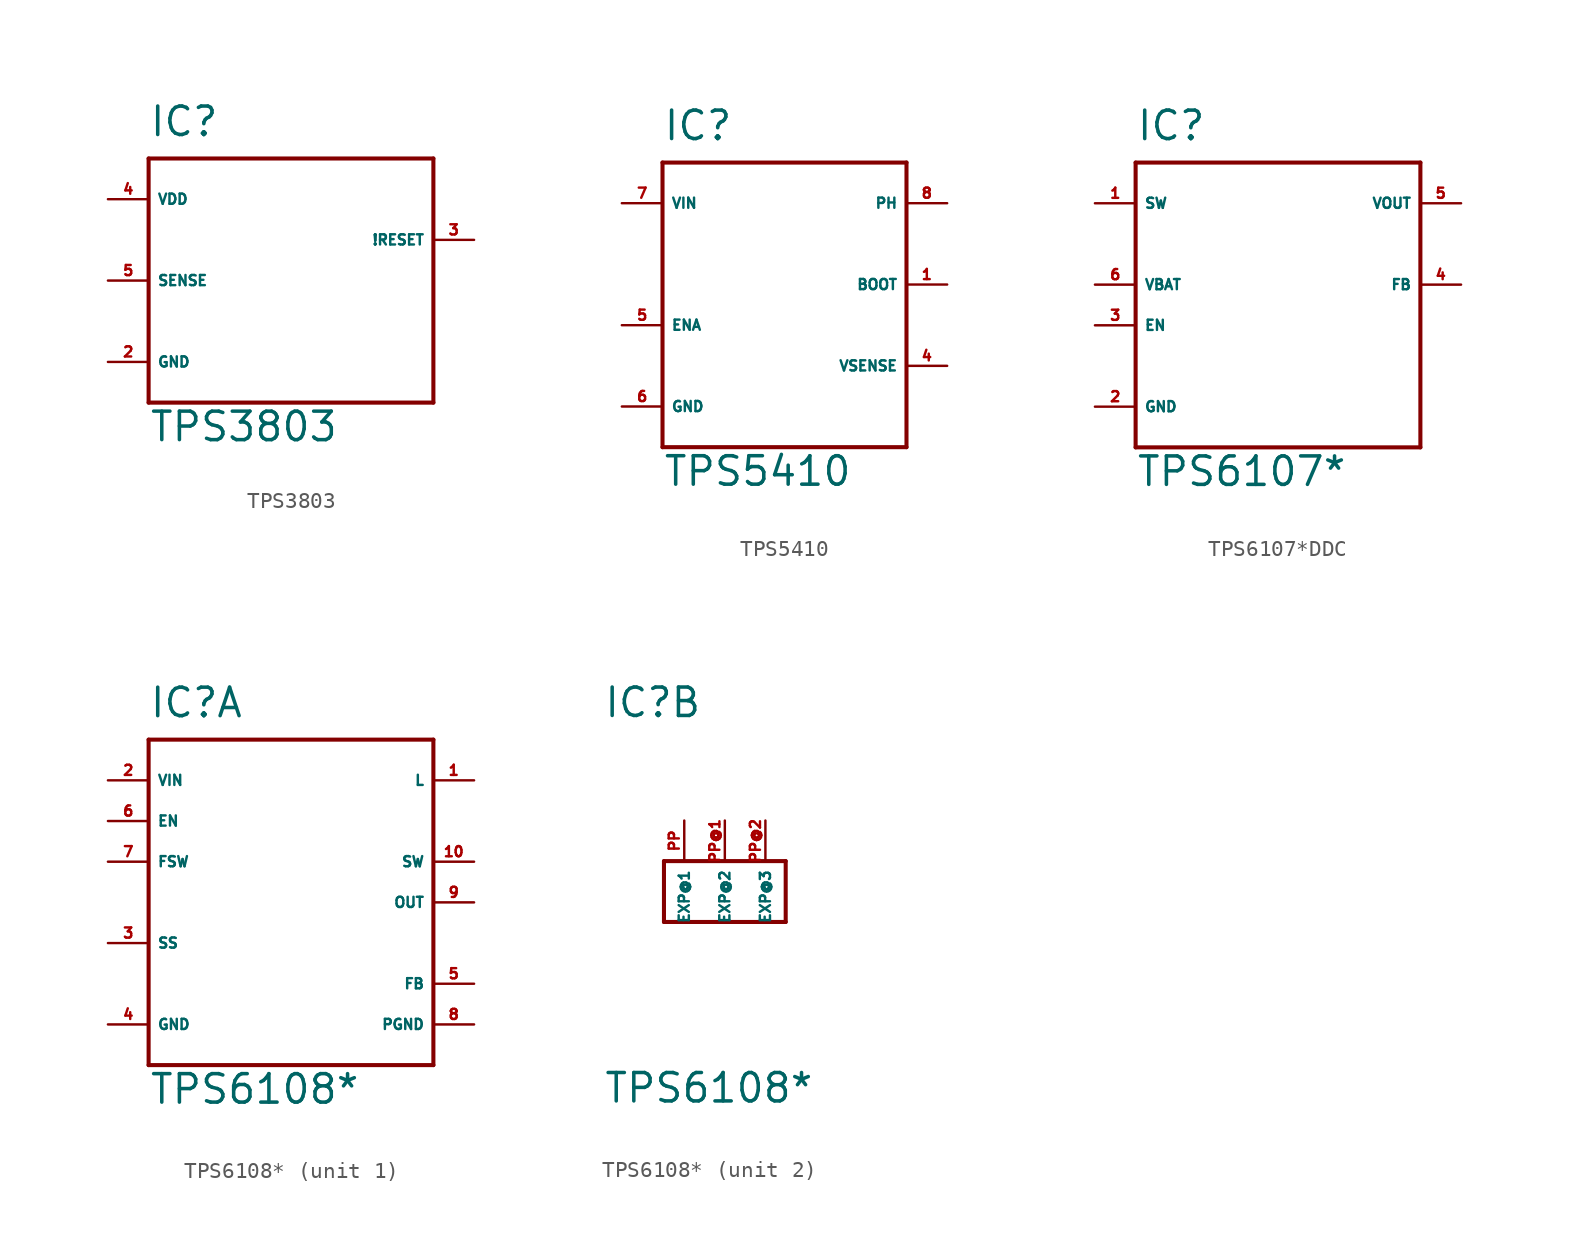
<source format=kicad_sym>
(kicad_symbol_lib
  (version 20220914)
  (generator Eagle2Kicad)
  (symbol "TPS3803"
    (property "Reference" "IC"
      (at -10.16 8.89 0)
      (effects (font (size 1.778 1.778) (thickness 0.22)) (justify left bottom)))
    (property "Value" "TPS3803"
      (at -10.16 -10.16 0)
      (effects (font (size 1.778 1.778) (thickness 0.22)) (justify left bottom)))
    (polyline
      (pts (xy -10.16 7.62) (xy 7.62 7.62))
      (stroke (width 0.254) (type default))
      (fill (type none)))
    (polyline
      (pts (xy 7.62 7.62) (xy 7.62 -7.62))
      (stroke (width 0.254) (type default))
      (fill (type none)))
    (polyline
      (pts (xy 7.62 -7.62) (xy -10.16 -7.62))
      (stroke (width 0.254) (type default))
      (fill (type none)))
    (polyline
      (pts (xy -10.16 -7.62) (xy -10.16 7.62))
      (stroke (width 0.254) (type default))
      (fill (type none)))
    (pin unspecified line
      (at -12.7 5.08 0)
      (length 2.54)
      (name "VDD" (effects (font (size 0.635 0.635) (thickness 0.08)) (justify left bottom)))
      (number "4" (effects (font (size 0.635 0.635) (thickness 0.08)) (justify left bottom))))
    (pin input line
      (at -12.7 0 0)
      (length 2.54)
      (name "SENSE" (effects (font (size 0.635 0.635) (thickness 0.08)) (justify left bottom)))
      (number "5" (effects (font (size 0.635 0.635) (thickness 0.08)) (justify left bottom))))
    (pin output line
      (at 10.16 2.54 180)
      (length 2.54)
      (name "!RESET" (effects (font (size 0.635 0.635) (thickness 0.08)) (justify left bottom)))
      (number "3" (effects (font (size 0.635 0.635) (thickness 0.08)) (justify left bottom))))
    (pin unspecified line
      (at -12.7 -5.08 0)
      (length 2.54)
      (name "GND" (effects (font (size 0.635 0.635) (thickness 0.08)) (justify left bottom)))
      (number "2" (effects (font (size 0.635 0.635) (thickness 0.08)) (justify left bottom)))))
  (symbol "TPS5410"
    (property "Reference" "IC"
      (at -7.62 8.89 0)
      (effects (font (size 1.778 1.778) (thickness 0.22)) (justify left bottom)))
    (property "Value" "TPS5410"
      (at -7.62 -12.7 0)
      (effects (font (size 1.778 1.778) (thickness 0.22)) (justify left bottom)))
    (polyline
      (pts (xy -7.62 7.62) (xy 7.62 7.62))
      (stroke (width 0.254) (type default))
      (fill (type none)))
    (polyline
      (pts (xy 7.62 7.62) (xy 7.62 -10.16))
      (stroke (width 0.254) (type default))
      (fill (type none)))
    (polyline
      (pts (xy 7.62 -10.16) (xy -7.62 -10.16))
      (stroke (width 0.254) (type default))
      (fill (type none)))
    (polyline
      (pts (xy -7.62 -10.16) (xy -7.62 7.62))
      (stroke (width 0.254) (type default))
      (fill (type none)))
    (pin input line
      (at -10.16 5.08 0)
      (length 2.54)
      (name "VIN" (effects (font (size 0.635 0.635) (thickness 0.08)) (justify left bottom)))
      (number "7" (effects (font (size 0.635 0.635) (thickness 0.08)) (justify left bottom))))
    (pin input line
      (at -10.16 -2.54 0)
      (length 2.54)
      (name "ENA" (effects (font (size 0.635 0.635) (thickness 0.08)) (justify left bottom)))
      (number "5" (effects (font (size 0.635 0.635) (thickness 0.08)) (justify left bottom))))
    (pin unspecified line
      (at -10.16 -7.62 0)
      (length 2.54)
      (name "GND" (effects (font (size 0.635 0.635) (thickness 0.08)) (justify left bottom)))
      (number "6" (effects (font (size 0.635 0.635) (thickness 0.08)) (justify left bottom))))
    (pin input line
      (at 10.16 -5.08 180)
      (length 2.54)
      (name "VSENSE" (effects (font (size 0.635 0.635) (thickness 0.08)) (justify left bottom)))
      (number "4" (effects (font (size 0.635 0.635) (thickness 0.08)) (justify left bottom))))
    (pin output line
      (at 10.16 0 180)
      (length 2.54)
      (name "BOOT" (effects (font (size 0.635 0.635) (thickness 0.08)) (justify left bottom)))
      (number "1" (effects (font (size 0.635 0.635) (thickness 0.08)) (justify left bottom))))
    (pin output line
      (at 10.16 5.08 180)
      (length 2.54)
      (name "PH" (effects (font (size 0.635 0.635) (thickness 0.08)) (justify left bottom)))
      (number "8" (effects (font (size 0.635 0.635) (thickness 0.08)) (justify left bottom)))))
  (symbol "TPS6107*DDC"
    (property "Reference" "IC"
      (at -7.62 11.43 0)
      (effects (font (size 1.778 1.778) (thickness 0.22)) (justify left bottom)))
    (property "Value" "TPS6107*"
      (at -7.62 -10.16 0)
      (effects (font (size 1.778 1.778) (thickness 0.22)) (justify left bottom)))
    (polyline
      (pts (xy -7.62 10.16) (xy 10.16 10.16))
      (stroke (width 0.254) (type default))
      (fill (type none)))
    (polyline
      (pts (xy 10.16 10.16) (xy 10.16 -7.62))
      (stroke (width 0.254) (type default))
      (fill (type none)))
    (polyline
      (pts (xy 10.16 -7.62) (xy -7.62 -7.62))
      (stroke (width 0.254) (type default))
      (fill (type none)))
    (polyline
      (pts (xy -7.62 -7.62) (xy -7.62 10.16))
      (stroke (width 0.254) (type default))
      (fill (type none)))
    (pin input line
      (at -10.16 7.62 0)
      (length 2.54)
      (name "SW" (effects (font (size 0.635 0.635) (thickness 0.08)) (justify left bottom)))
      (number "1" (effects (font (size 0.635 0.635) (thickness 0.08)) (justify left bottom))))
    (pin input line
      (at -10.16 2.54 0)
      (length 2.54)
      (name "VBAT" (effects (font (size 0.635 0.635) (thickness 0.08)) (justify left bottom)))
      (number "6" (effects (font (size 0.635 0.635) (thickness 0.08)) (justify left bottom))))
    (pin input line
      (at -10.16 0 0)
      (length 2.54)
      (name "EN" (effects (font (size 0.635 0.635) (thickness 0.08)) (justify left bottom)))
      (number "3" (effects (font (size 0.635 0.635) (thickness 0.08)) (justify left bottom))))
    (pin unspecified line
      (at -10.16 -5.08 0)
      (length 2.54)
      (name "GND" (effects (font (size 0.635 0.635) (thickness 0.08)) (justify left bottom)))
      (number "2" (effects (font (size 0.635 0.635) (thickness 0.08)) (justify left bottom))))
    (pin input line
      (at 12.7 2.54 180)
      (length 2.54)
      (name "FB" (effects (font (size 0.635 0.635) (thickness 0.08)) (justify left bottom)))
      (number "4" (effects (font (size 0.635 0.635) (thickness 0.08)) (justify left bottom))))
    (pin passive line
      (at 12.7 7.62 180)
      (length 2.54)
      (name "VOUT" (effects (font (size 0.635 0.635) (thickness 0.08)) (justify left bottom)))
      (number "5" (effects (font (size 0.635 0.635) (thickness 0.08)) (justify left bottom)))))
  (symbol "TPS6108*"
    (property "Reference" "IC"
      (at -7.62 11.43 0)
      (effects (font (size 1.778 1.778) (thickness 0.22)) (justify left bottom)))
    (property "Value" "TPS6108*"
      (at -7.62 -12.7 0)
      (effects (font (size 1.778 1.778) (thickness 0.22)) (justify left bottom)))
    (symbol "TPS6108*_1_0"
      (polyline (pts (xy -7.62 10.16) (xy 10.16 10.16)) (stroke (width 0.254) (type default)) (fill (type none)))
      (polyline (pts (xy 10.16 10.16) (xy 10.16 -10.16)) (stroke (width 0.254) (type default)) (fill (type none)))
      (polyline (pts (xy 10.16 -10.16) (xy -7.62 -10.16)) (stroke (width 0.254) (type default)) (fill (type none)))
      (polyline (pts (xy -7.62 -10.16) (xy -7.62 10.16)) (stroke (width 0.254) (type default)) (fill (type none)))
      (pin input line (at -10.16 7.62 0) (length 2.54) (name "VIN" (effects (font (size 0.635 0.635) (thickness 0.08)) (justify left bottom))) (number "2" (effects (font (size 0.635 0.635) (thickness 0.08)) (justify left bottom))))
      (pin input line (at -10.16 5.08 0) (length 2.54) (name "EN" (effects (font (size 0.635 0.635) (thickness 0.08)) (justify left bottom))) (number "6" (effects (font (size 0.635 0.635) (thickness 0.08)) (justify left bottom))))
      (pin input line (at -10.16 2.54 0) (length 2.54) (name "FSW" (effects (font (size 0.635 0.635) (thickness 0.08)) (justify left bottom))) (number "7" (effects (font (size 0.635 0.635) (thickness 0.08)) (justify left bottom))))
      (pin input line (at -10.16 -2.54 0) (length 2.54) (name "SS" (effects (font (size 0.635 0.635) (thickness 0.08)) (justify left bottom))) (number "3" (effects (font (size 0.635 0.635) (thickness 0.08)) (justify left bottom))))
      (pin unspecified line (at -10.16 -7.62 0) (length 2.54) (name "GND" (effects (font (size 0.635 0.635) (thickness 0.08)) (justify left bottom))) (number "4" (effects (font (size 0.635 0.635) (thickness 0.08)) (justify left bottom))))
      (pin passive line (at 12.7 7.62 180) (length 2.54) (name "L" (effects (font (size 0.635 0.635) (thickness 0.08)) (justify left bottom))) (number "1" (effects (font (size 0.635 0.635) (thickness 0.08)) (justify left bottom))))
      (pin output line (at 12.7 0 180) (length 2.54) (name "OUT" (effects (font (size 0.635 0.635) (thickness 0.08)) (justify left bottom))) (number "9" (effects (font (size 0.635 0.635) (thickness 0.08)) (justify left bottom))))
      (pin input line (at 12.7 -5.08 180) (length 2.54) (name "FB" (effects (font (size 0.635 0.635) (thickness 0.08)) (justify left bottom))) (number "5" (effects (font (size 0.635 0.635) (thickness 0.08)) (justify left bottom))))
      (pin input line (at 12.7 -7.62 180) (length 2.54) (name "PGND" (effects (font (size 0.635 0.635) (thickness 0.08)) (justify left bottom))) (number "8" (effects (font (size 0.635 0.635) (thickness 0.08)) (justify left bottom))))
      (pin passive line (at 12.7 2.54 180) (length 2.54) (name "SW" (effects (font (size 0.635 0.635) (thickness 0.08)) (justify left bottom))) (number "10" (effects (font (size 0.635 0.635) (thickness 0.08)) (justify left bottom)))))
    (symbol "TPS6108*_2_0"
      (polyline (pts (xy -3.81 2.54) (xy 3.81 2.54)) (stroke (width 0.254) (type default)) (fill (type none)))
      (polyline (pts (xy 3.81 2.54) (xy 3.81 -1.27)) (stroke (width 0.254) (type default)) (fill (type none)))
      (polyline (pts (xy 3.81 -1.27) (xy -3.81 -1.27)) (stroke (width 0.254) (type default)) (fill (type none)))
      (polyline (pts (xy -3.81 -1.27) (xy -3.81 2.54)) (stroke (width 0.254) (type default)) (fill (type none)))
      (pin input line (at -2.54 5.08 270) (length 2.54) (name "EXP@1" (effects (font (size 0.635 0.635) (thickness 0.08)) (justify left bottom))) (number "PP" (effects (font (size 0.635 0.635) (thickness 0.08)) (justify left bottom))))
      (pin input line (at 0 5.08 270) (length 2.54) (name "EXP@2" (effects (font (size 0.635 0.635) (thickness 0.08)) (justify left bottom))) (number "PP@1" (effects (font (size 0.635 0.635) (thickness 0.08)) (justify left bottom))))
      (pin input line (at 2.54 5.08 270) (length 2.54) (name "EXP@3" (effects (font (size 0.635 0.635) (thickness 0.08)) (justify left bottom))) (number "PP@2" (effects (font (size 0.635 0.635) (thickness 0.08)) (justify left bottom)))))))
</source>
